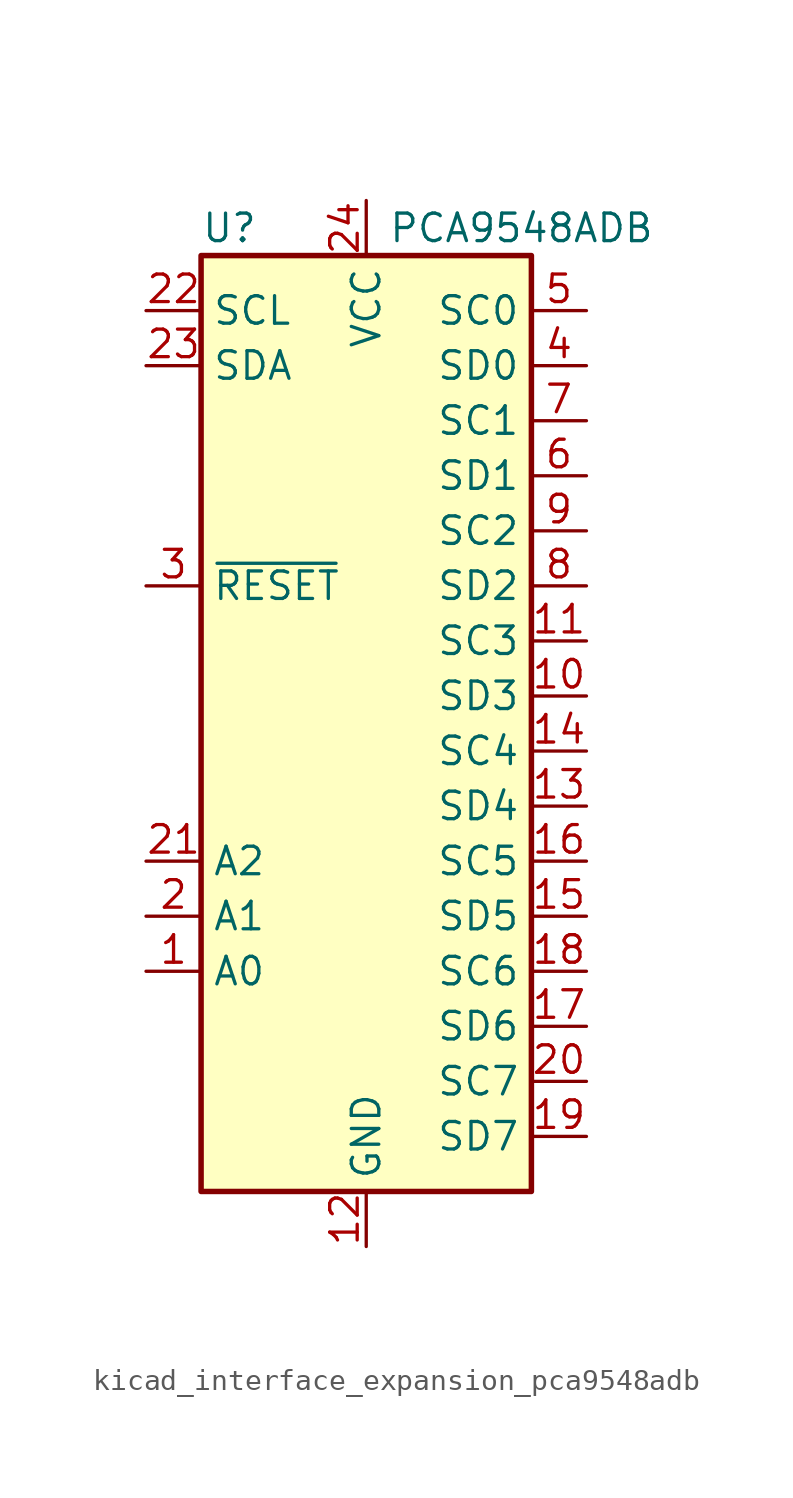
<source format=kicad_sym>
(kicad_symbol_lib
  (version 20220914)
  (generator kicad_symbol_editor)
  (symbol "kicad_interface_expansion_pca9548adb"
    (property "Reference" "U"
      (at -7.62 21.59 0)
      (effects (font (size 1.27 1.27)) (justify left)))
    (property "Value" "PCA9548ADB"
      (at 1.016 21.59 0)
      (effects (font (size 1.27 1.27)) (justify left)))
    (symbol "kicad_interface_expansion_pca9548adb_0_1"
      (rectangle (start -7.62 20.32) (end 7.62 -22.86) (stroke (width 0.254) (type default)) (fill (type background))))
    (symbol "kicad_interface_expansion_pca9548adb_1_1"
      (pin input line (at -10.16 -12.7 0) (length 2.54) (name "A0" (effects (font (size 1.27 1.27)))) (number "1" (effects (font (size 1.27 1.27)))))
      (pin bidirectional line (at 10.16 0 180) (length 2.54) (name "SD3" (effects (font (size 1.27 1.27)))) (number "10" (effects (font (size 1.27 1.27)))))
      (pin output line (at 10.16 2.54 180) (length 2.54) (name "SC3" (effects (font (size 1.27 1.27)))) (number "11" (effects (font (size 1.27 1.27)))))
      (pin power_in line (at 0 -25.4 90) (length 2.54) (name "GND" (effects (font (size 1.27 1.27)))) (number "12" (effects (font (size 1.27 1.27)))))
      (pin bidirectional line (at 10.16 -5.08 180) (length 2.54) (name "SD4" (effects (font (size 1.27 1.27)))) (number "13" (effects (font (size 1.27 1.27)))))
      (pin output line (at 10.16 -2.54 180) (length 2.54) (name "SC4" (effects (font (size 1.27 1.27)))) (number "14" (effects (font (size 1.27 1.27)))))
      (pin bidirectional line (at 10.16 -10.16 180) (length 2.54) (name "SD5" (effects (font (size 1.27 1.27)))) (number "15" (effects (font (size 1.27 1.27)))))
      (pin output line (at 10.16 -7.62 180) (length 2.54) (name "SC5" (effects (font (size 1.27 1.27)))) (number "16" (effects (font (size 1.27 1.27)))))
      (pin bidirectional line (at 10.16 -15.24 180) (length 2.54) (name "SD6" (effects (font (size 1.27 1.27)))) (number "17" (effects (font (size 1.27 1.27)))))
      (pin output line (at 10.16 -12.7 180) (length 2.54) (name "SC6" (effects (font (size 1.27 1.27)))) (number "18" (effects (font (size 1.27 1.27)))))
      (pin bidirectional line (at 10.16 -20.32 180) (length 2.54) (name "SD7" (effects (font (size 1.27 1.27)))) (number "19" (effects (font (size 1.27 1.27)))))
      (pin input line (at -10.16 -10.16 0) (length 2.54) (name "A1" (effects (font (size 1.27 1.27)))) (number "2" (effects (font (size 1.27 1.27)))))
      (pin output line (at 10.16 -17.78 180) (length 2.54) (name "SC7" (effects (font (size 1.27 1.27)))) (number "20" (effects (font (size 1.27 1.27)))))
      (pin input line (at -10.16 -7.62 0) (length 2.54) (name "A2" (effects (font (size 1.27 1.27)))) (number "21" (effects (font (size 1.27 1.27)))))
      (pin input line (at -10.16 17.78 0) (length 2.54) (name "SCL" (effects (font (size 1.27 1.27)))) (number "22" (effects (font (size 1.27 1.27)))))
      (pin bidirectional line (at -10.16 15.24 0) (length 2.54) (name "SDA" (effects (font (size 1.27 1.27)))) (number "23" (effects (font (size 1.27 1.27)))))
      (pin power_in line (at 0 22.86 270) (length 2.54) (name "VCC" (effects (font (size 1.27 1.27)))) (number "24" (effects (font (size 1.27 1.27)))))
      (pin input line (at -10.16 5.08 0) (length 2.54) (name "~{RESET}" (effects (font (size 1.27 1.27)))) (number "3" (effects (font (size 1.27 1.27)))))
      (pin bidirectional line (at 10.16 15.24 180) (length 2.54) (name "SD0" (effects (font (size 1.27 1.27)))) (number "4" (effects (font (size 1.27 1.27)))))
      (pin output line (at 10.16 17.78 180) (length 2.54) (name "SC0" (effects (font (size 1.27 1.27)))) (number "5" (effects (font (size 1.27 1.27)))))
      (pin bidirectional line (at 10.16 10.16 180) (length 2.54) (name "SD1" (effects (font (size 1.27 1.27)))) (number "6" (effects (font (size 1.27 1.27)))))
      (pin output line (at 10.16 12.7 180) (length 2.54) (name "SC1" (effects (font (size 1.27 1.27)))) (number "7" (effects (font (size 1.27 1.27)))))
      (pin bidirectional line (at 10.16 5.08 180) (length 2.54) (name "SD2" (effects (font (size 1.27 1.27)))) (number "8" (effects (font (size 1.27 1.27)))))
      (pin output line (at 10.16 7.62 180) (length 2.54) (name "SC2" (effects (font (size 1.27 1.27)))) (number "9" (effects (font (size 1.27 1.27))))))))
</source>
